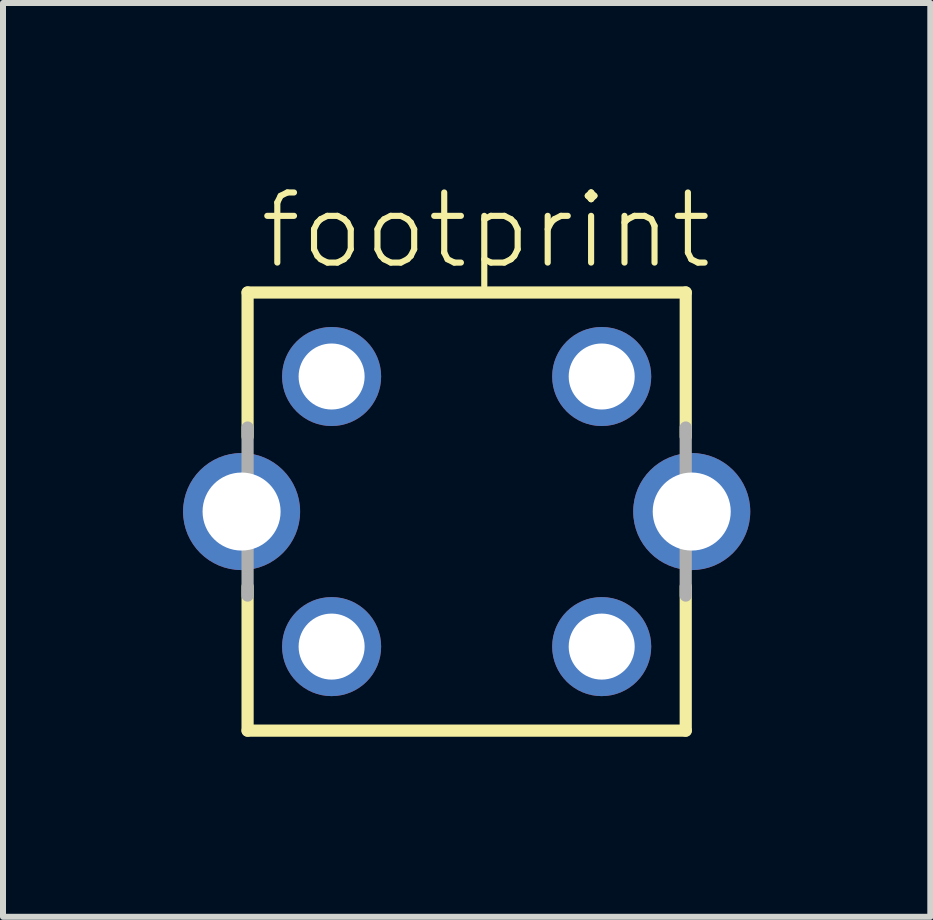
<source format=kicad_pcb>
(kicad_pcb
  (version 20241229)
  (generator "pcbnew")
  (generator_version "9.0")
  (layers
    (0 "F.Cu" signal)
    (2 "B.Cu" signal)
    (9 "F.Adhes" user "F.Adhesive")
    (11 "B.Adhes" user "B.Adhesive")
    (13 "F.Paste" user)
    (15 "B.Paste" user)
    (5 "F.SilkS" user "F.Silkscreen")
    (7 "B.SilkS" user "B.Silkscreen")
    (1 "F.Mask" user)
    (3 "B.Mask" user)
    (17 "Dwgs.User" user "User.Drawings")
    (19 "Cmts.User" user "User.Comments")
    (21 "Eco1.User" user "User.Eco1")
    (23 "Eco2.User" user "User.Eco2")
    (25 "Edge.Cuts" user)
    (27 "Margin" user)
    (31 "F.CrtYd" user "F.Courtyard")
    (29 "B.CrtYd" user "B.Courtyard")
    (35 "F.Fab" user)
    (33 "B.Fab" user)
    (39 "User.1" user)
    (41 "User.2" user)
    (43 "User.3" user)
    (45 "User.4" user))
  (footprint "footprint"
    (layer "F.Cu")
    (at 4.725 5.473)
    (property "Reference" "footprint" (at -3.5 -4 0) (layer "F.SilkS") (effects (font (size 1.168 1.168) (thickness 0.102)) (justify left bottom)))
    (fp_line (start -3.65 -3.65) (end 3.65 -3.65) (stroke (width 0.203) (type solid)) (layer "F.SilkS"))
    (fp_line (start -3.65 -1.25) (end -3.65 -3.65) (stroke (width 0.203) (type solid)) (layer "F.SilkS"))
    (fp_line (start -3.65 3.65) (end -3.65 1.25) (stroke (width 0.203) (type solid)) (layer "F.SilkS"))
    (fp_line (start 3.65 -3.65) (end 3.65 -1.25) (stroke (width 0.203) (type solid)) (layer "F.SilkS"))
    (fp_line (start 3.65 1.25) (end 3.65 3.65) (stroke (width 0.203) (type solid)) (layer "F.SilkS"))
    (fp_line (start 3.65 3.65) (end -3.65 3.65) (stroke (width 0.203) (type solid)) (layer "F.SilkS"))
    (fp_line (start -3.65 1.4) (end -3.65 -1.4) (stroke (width 0.203) (type solid)) (layer "F.Fab"))
    (fp_line (start 3.65 -1.4) (end 3.65 1.4) (stroke (width 0.203) (type solid)) (layer "F.Fab"))
    (pad "1" thru_hole circle (at -2.25 2.25) (size 1.65 1.65) (drill 1.1) (layers "*.Cu" "*.Mask"))
    (pad "2" thru_hole circle (at -2.25 -2.25) (size 1.65 1.65) (drill 1.1) (layers "*.Cu" "*.Mask"))
    (pad "4" thru_hole circle (at 2.25 -2.25) (size 1.65 1.65) (drill 1.1) (layers "*.Cu" "*.Mask"))
    (pad "5" thru_hole circle (at 2.25 2.25) (size 1.65 1.65) (drill 1.1) (layers "*.Cu" "*.Mask"))
    (pad "S1" thru_hole circle (at -3.75 0) (size 1.95 1.95) (drill 1.3) (layers "*.Cu" "*.Mask"))
    (pad "S2" thru_hole circle (at 3.75 0) (size 1.95 1.95) (drill 1.3) (layers "*.Cu" "*.Mask")))
  (gr_rect
    (start -3 -3)
    (end 12.45 12.225)
    (stroke (width 0.1) (type default))
    (fill no)
    (layer "Edge.Cuts")))
</source>
